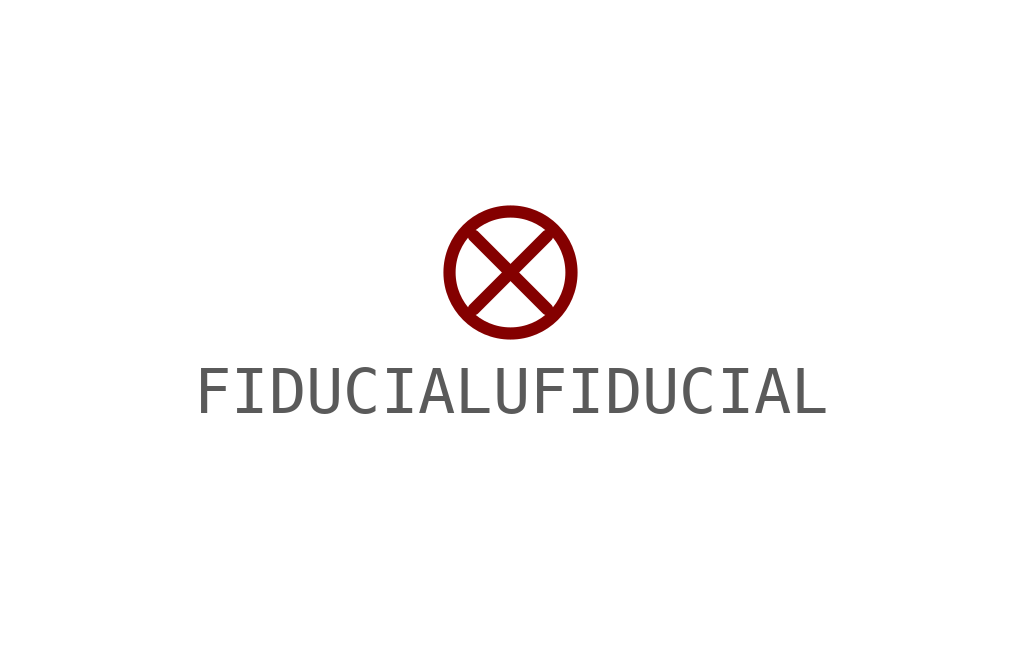
<source format=kicad_sym>
(kicad_symbol_lib
  (version 20220914)
  (generator kicad_symbol_editor)
  (symbol "FIDUCIALUFIDUCIAL"
    (property "Reference" "FD"
      (at 0 0 0)
      (effects (font (size 1.27 1.27)) hide))
    (property "ki_locked" ""
      (at 0 0 0)
      (effects (font (size 1.27 1.27))))
    (symbol "FIDUCIALUFIDUCIAL_1_0"
      (polyline (pts (xy -0.762 0.762) (xy 0.762 -0.762)) (stroke (width 0.254) (type default)) (fill (type none)))
      (polyline (pts (xy 0.762 0.762) (xy -0.762 -0.762)) (stroke (width 0.254) (type default)) (fill (type none)))
      (circle (center 0 0) (radius 1.27) (stroke (width 0.254) (type default)) (fill (type none))))))
</source>
